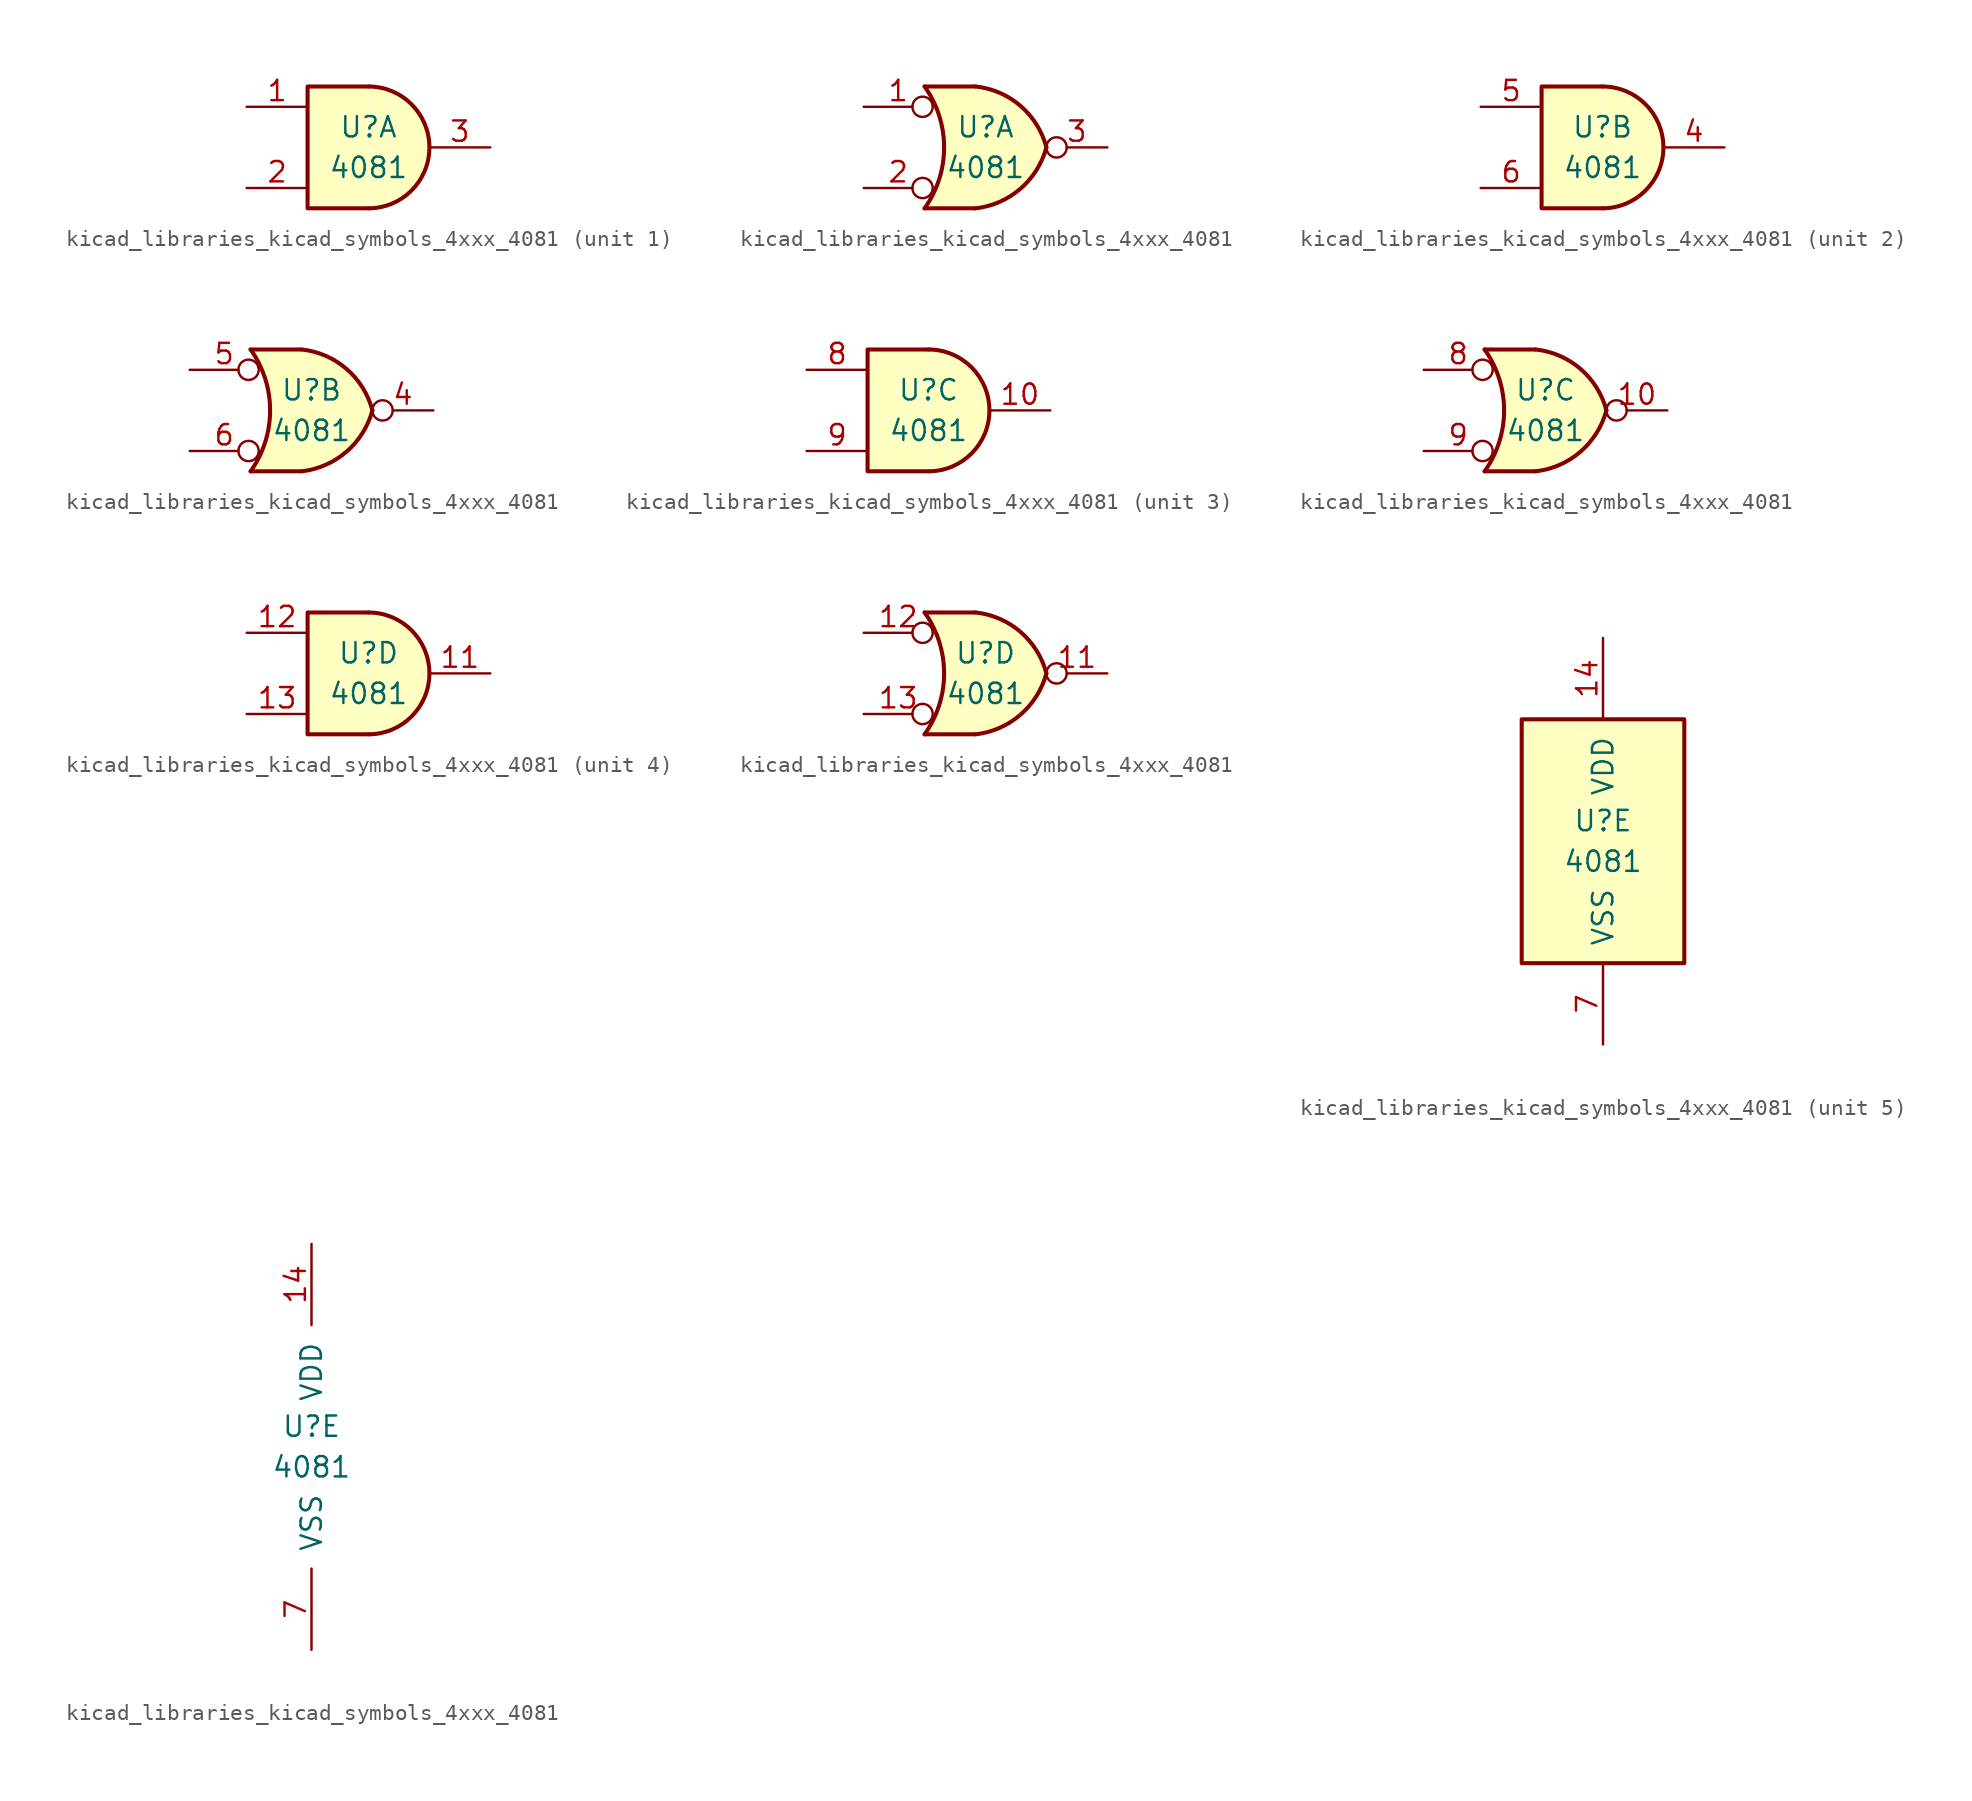
<source format=kicad_sym>
(kicad_symbol_lib
  (version 20220914)
  (generator kicad_symbol_editor)
  (symbol "kicad_libraries_kicad_symbols_4xxx_4081"
    (pin_names
      (offset 1.016))
    (property "Reference" "U"
      (at 0 1.27 0)
      (effects (font (size 1.27 1.27))))
    (property "Value" "4081"
      (at 0 -1.27 0)
      (effects (font (size 1.27 1.27))))
    (property "ki_locked" ""
      (at 0 0 0)
      (effects (font (size 1.27 1.27))))
    (symbol "kicad_libraries_kicad_symbols_4xxx_4081_1_1"
      (arc (start 0 -3.81) (mid 3.7934 0) (end 0 3.81) (stroke (width 0.254) (type default)) (fill (type background)))
      (polyline (pts (xy 0 3.81) (xy -3.81 3.81) (xy -3.81 -3.81) (xy 0 -3.81)) (stroke (width 0.254) (type default)) (fill (type background)))
      (pin input line (at -7.62 2.54 0) (length 3.81) (name "~" (effects (font (size 1.27 1.27)))) (number "1" (effects (font (size 1.27 1.27)))))
      (pin input line (at -7.62 -2.54 0) (length 3.81) (name "~" (effects (font (size 1.27 1.27)))) (number "2" (effects (font (size 1.27 1.27)))))
      (pin output line (at 7.62 0 180) (length 3.81) (name "~" (effects (font (size 1.27 1.27)))) (number "3" (effects (font (size 1.27 1.27))))))
    (symbol "kicad_libraries_kicad_symbols_4xxx_4081_1_2"
      (arc (start -3.81 -3.81) (mid -2.589 0) (end -3.81 3.81) (stroke (width 0.254) (type default)) (fill (type none)))
      (arc (start -0.6096 -3.81) (mid 2.1842 -2.5851) (end 3.81 0) (stroke (width 0.254) (type default)) (fill (type background)))
      (polyline (pts (xy -3.81 -3.81) (xy -0.635 -3.81)) (stroke (width 0.254) (type default)) (fill (type background)))
      (polyline (pts (xy -3.81 3.81) (xy -0.635 3.81)) (stroke (width 0.254) (type default)) (fill (type background)))
      (polyline (pts (xy -0.635 3.81) (xy -3.81 3.81) (xy -3.81 3.81) (xy -3.556 3.404) (xy -3.023 2.261) (xy -2.692 1.041) (xy -2.616 -0.254) (xy -2.769 -1.499) (xy -3.175 -2.718) (xy -3.81 -3.81) (xy -3.81 -3.81) (xy -0.635 -3.81)) (stroke (width -25.4) (type default)) (fill (type background)))
      (arc (start 3.81 0) (mid 2.1915 2.5936) (end -0.6096 3.81) (stroke (width 0.254) (type default)) (fill (type background)))
      (pin input inverted (at -7.62 2.54 0) (length 4.318) (name "~" (effects (font (size 1.27 1.27)))) (number "1" (effects (font (size 1.27 1.27)))))
      (pin input inverted (at -7.62 -2.54 0) (length 4.318) (name "~" (effects (font (size 1.27 1.27)))) (number "2" (effects (font (size 1.27 1.27)))))
      (pin output inverted (at 7.62 0 180) (length 3.81) (name "~" (effects (font (size 1.27 1.27)))) (number "3" (effects (font (size 1.27 1.27))))))
    (symbol "kicad_libraries_kicad_symbols_4xxx_4081_2_1"
      (arc (start 0 -3.81) (mid 3.7934 0) (end 0 3.81) (stroke (width 0.254) (type default)) (fill (type background)))
      (polyline (pts (xy 0 3.81) (xy -3.81 3.81) (xy -3.81 -3.81) (xy 0 -3.81)) (stroke (width 0.254) (type default)) (fill (type background)))
      (pin output line (at 7.62 0 180) (length 3.81) (name "~" (effects (font (size 1.27 1.27)))) (number "4" (effects (font (size 1.27 1.27)))))
      (pin input line (at -7.62 2.54 0) (length 3.81) (name "~" (effects (font (size 1.27 1.27)))) (number "5" (effects (font (size 1.27 1.27)))))
      (pin input line (at -7.62 -2.54 0) (length 3.81) (name "~" (effects (font (size 1.27 1.27)))) (number "6" (effects (font (size 1.27 1.27))))))
    (symbol "kicad_libraries_kicad_symbols_4xxx_4081_2_2"
      (arc (start -3.81 -3.81) (mid -2.589 0) (end -3.81 3.81) (stroke (width 0.254) (type default)) (fill (type none)))
      (arc (start -0.6096 -3.81) (mid 2.1842 -2.5851) (end 3.81 0) (stroke (width 0.254) (type default)) (fill (type background)))
      (polyline (pts (xy -3.81 -3.81) (xy -0.635 -3.81)) (stroke (width 0.254) (type default)) (fill (type background)))
      (polyline (pts (xy -3.81 3.81) (xy -0.635 3.81)) (stroke (width 0.254) (type default)) (fill (type background)))
      (polyline (pts (xy -0.635 3.81) (xy -3.81 3.81) (xy -3.81 3.81) (xy -3.556 3.404) (xy -3.023 2.261) (xy -2.692 1.041) (xy -2.616 -0.254) (xy -2.769 -1.499) (xy -3.175 -2.718) (xy -3.81 -3.81) (xy -3.81 -3.81) (xy -0.635 -3.81)) (stroke (width -25.4) (type default)) (fill (type background)))
      (arc (start 3.81 0) (mid 2.1915 2.5936) (end -0.6096 3.81) (stroke (width 0.254) (type default)) (fill (type background)))
      (pin output inverted (at 7.62 0 180) (length 3.81) (name "~" (effects (font (size 1.27 1.27)))) (number "4" (effects (font (size 1.27 1.27)))))
      (pin input inverted (at -7.62 2.54 0) (length 4.318) (name "~" (effects (font (size 1.27 1.27)))) (number "5" (effects (font (size 1.27 1.27)))))
      (pin input inverted (at -7.62 -2.54 0) (length 4.318) (name "~" (effects (font (size 1.27 1.27)))) (number "6" (effects (font (size 1.27 1.27))))))
    (symbol "kicad_libraries_kicad_symbols_4xxx_4081_3_1"
      (arc (start 0 -3.81) (mid 3.7934 0) (end 0 3.81) (stroke (width 0.254) (type default)) (fill (type background)))
      (polyline (pts (xy 0 3.81) (xy -3.81 3.81) (xy -3.81 -3.81) (xy 0 -3.81)) (stroke (width 0.254) (type default)) (fill (type background)))
      (pin output line (at 7.62 0 180) (length 3.81) (name "~" (effects (font (size 1.27 1.27)))) (number "10" (effects (font (size 1.27 1.27)))))
      (pin input line (at -7.62 2.54 0) (length 3.81) (name "~" (effects (font (size 1.27 1.27)))) (number "8" (effects (font (size 1.27 1.27)))))
      (pin input line (at -7.62 -2.54 0) (length 3.81) (name "~" (effects (font (size 1.27 1.27)))) (number "9" (effects (font (size 1.27 1.27))))))
    (symbol "kicad_libraries_kicad_symbols_4xxx_4081_3_2"
      (arc (start -3.81 -3.81) (mid -2.589 0) (end -3.81 3.81) (stroke (width 0.254) (type default)) (fill (type none)))
      (arc (start -0.6096 -3.81) (mid 2.1842 -2.5851) (end 3.81 0) (stroke (width 0.254) (type default)) (fill (type background)))
      (polyline (pts (xy -3.81 -3.81) (xy -0.635 -3.81)) (stroke (width 0.254) (type default)) (fill (type background)))
      (polyline (pts (xy -3.81 3.81) (xy -0.635 3.81)) (stroke (width 0.254) (type default)) (fill (type background)))
      (polyline (pts (xy -0.635 3.81) (xy -3.81 3.81) (xy -3.81 3.81) (xy -3.556 3.404) (xy -3.023 2.261) (xy -2.692 1.041) (xy -2.616 -0.254) (xy -2.769 -1.499) (xy -3.175 -2.718) (xy -3.81 -3.81) (xy -3.81 -3.81) (xy -0.635 -3.81)) (stroke (width -25.4) (type default)) (fill (type background)))
      (arc (start 3.81 0) (mid 2.1915 2.5936) (end -0.6096 3.81) (stroke (width 0.254) (type default)) (fill (type background)))
      (pin output inverted (at 7.62 0 180) (length 3.81) (name "~" (effects (font (size 1.27 1.27)))) (number "10" (effects (font (size 1.27 1.27)))))
      (pin input inverted (at -7.62 2.54 0) (length 4.318) (name "~" (effects (font (size 1.27 1.27)))) (number "8" (effects (font (size 1.27 1.27)))))
      (pin input inverted (at -7.62 -2.54 0) (length 4.318) (name "~" (effects (font (size 1.27 1.27)))) (number "9" (effects (font (size 1.27 1.27))))))
    (symbol "kicad_libraries_kicad_symbols_4xxx_4081_4_1"
      (arc (start 0 -3.81) (mid 3.7934 0) (end 0 3.81) (stroke (width 0.254) (type default)) (fill (type background)))
      (polyline (pts (xy 0 3.81) (xy -3.81 3.81) (xy -3.81 -3.81) (xy 0 -3.81)) (stroke (width 0.254) (type default)) (fill (type background)))
      (pin output line (at 7.62 0 180) (length 3.81) (name "~" (effects (font (size 1.27 1.27)))) (number "11" (effects (font (size 1.27 1.27)))))
      (pin input line (at -7.62 2.54 0) (length 3.81) (name "~" (effects (font (size 1.27 1.27)))) (number "12" (effects (font (size 1.27 1.27)))))
      (pin input line (at -7.62 -2.54 0) (length 3.81) (name "~" (effects (font (size 1.27 1.27)))) (number "13" (effects (font (size 1.27 1.27))))))
    (symbol "kicad_libraries_kicad_symbols_4xxx_4081_4_2"
      (arc (start -3.81 -3.81) (mid -2.589 0) (end -3.81 3.81) (stroke (width 0.254) (type default)) (fill (type none)))
      (arc (start -0.6096 -3.81) (mid 2.1842 -2.5851) (end 3.81 0) (stroke (width 0.254) (type default)) (fill (type background)))
      (polyline (pts (xy -3.81 -3.81) (xy -0.635 -3.81)) (stroke (width 0.254) (type default)) (fill (type background)))
      (polyline (pts (xy -3.81 3.81) (xy -0.635 3.81)) (stroke (width 0.254) (type default)) (fill (type background)))
      (polyline (pts (xy -0.635 3.81) (xy -3.81 3.81) (xy -3.81 3.81) (xy -3.556 3.404) (xy -3.023 2.261) (xy -2.692 1.041) (xy -2.616 -0.254) (xy -2.769 -1.499) (xy -3.175 -2.718) (xy -3.81 -3.81) (xy -3.81 -3.81) (xy -0.635 -3.81)) (stroke (width -25.4) (type default)) (fill (type background)))
      (arc (start 3.81 0) (mid 2.1915 2.5936) (end -0.6096 3.81) (stroke (width 0.254) (type default)) (fill (type background)))
      (pin output inverted (at 7.62 0 180) (length 3.81) (name "~" (effects (font (size 1.27 1.27)))) (number "11" (effects (font (size 1.27 1.27)))))
      (pin input inverted (at -7.62 2.54 0) (length 4.318) (name "~" (effects (font (size 1.27 1.27)))) (number "12" (effects (font (size 1.27 1.27)))))
      (pin input inverted (at -7.62 -2.54 0) (length 4.318) (name "~" (effects (font (size 1.27 1.27)))) (number "13" (effects (font (size 1.27 1.27))))))
    (symbol "kicad_libraries_kicad_symbols_4xxx_4081_5_0"
      (pin power_in line (at 0 12.7 270) (length 5.08) (name "VDD" (effects (font (size 1.27 1.27)))) (number "14" (effects (font (size 1.27 1.27)))))
      (pin power_in line (at 0 -12.7 90) (length 5.08) (name "VSS" (effects (font (size 1.27 1.27)))) (number "7" (effects (font (size 1.27 1.27))))))
    (symbol "kicad_libraries_kicad_symbols_4xxx_4081_5_1"
      (rectangle (start -5.08 7.62) (end 5.08 -7.62) (stroke (width 0.254) (type default)) (fill (type background))))))
</source>
